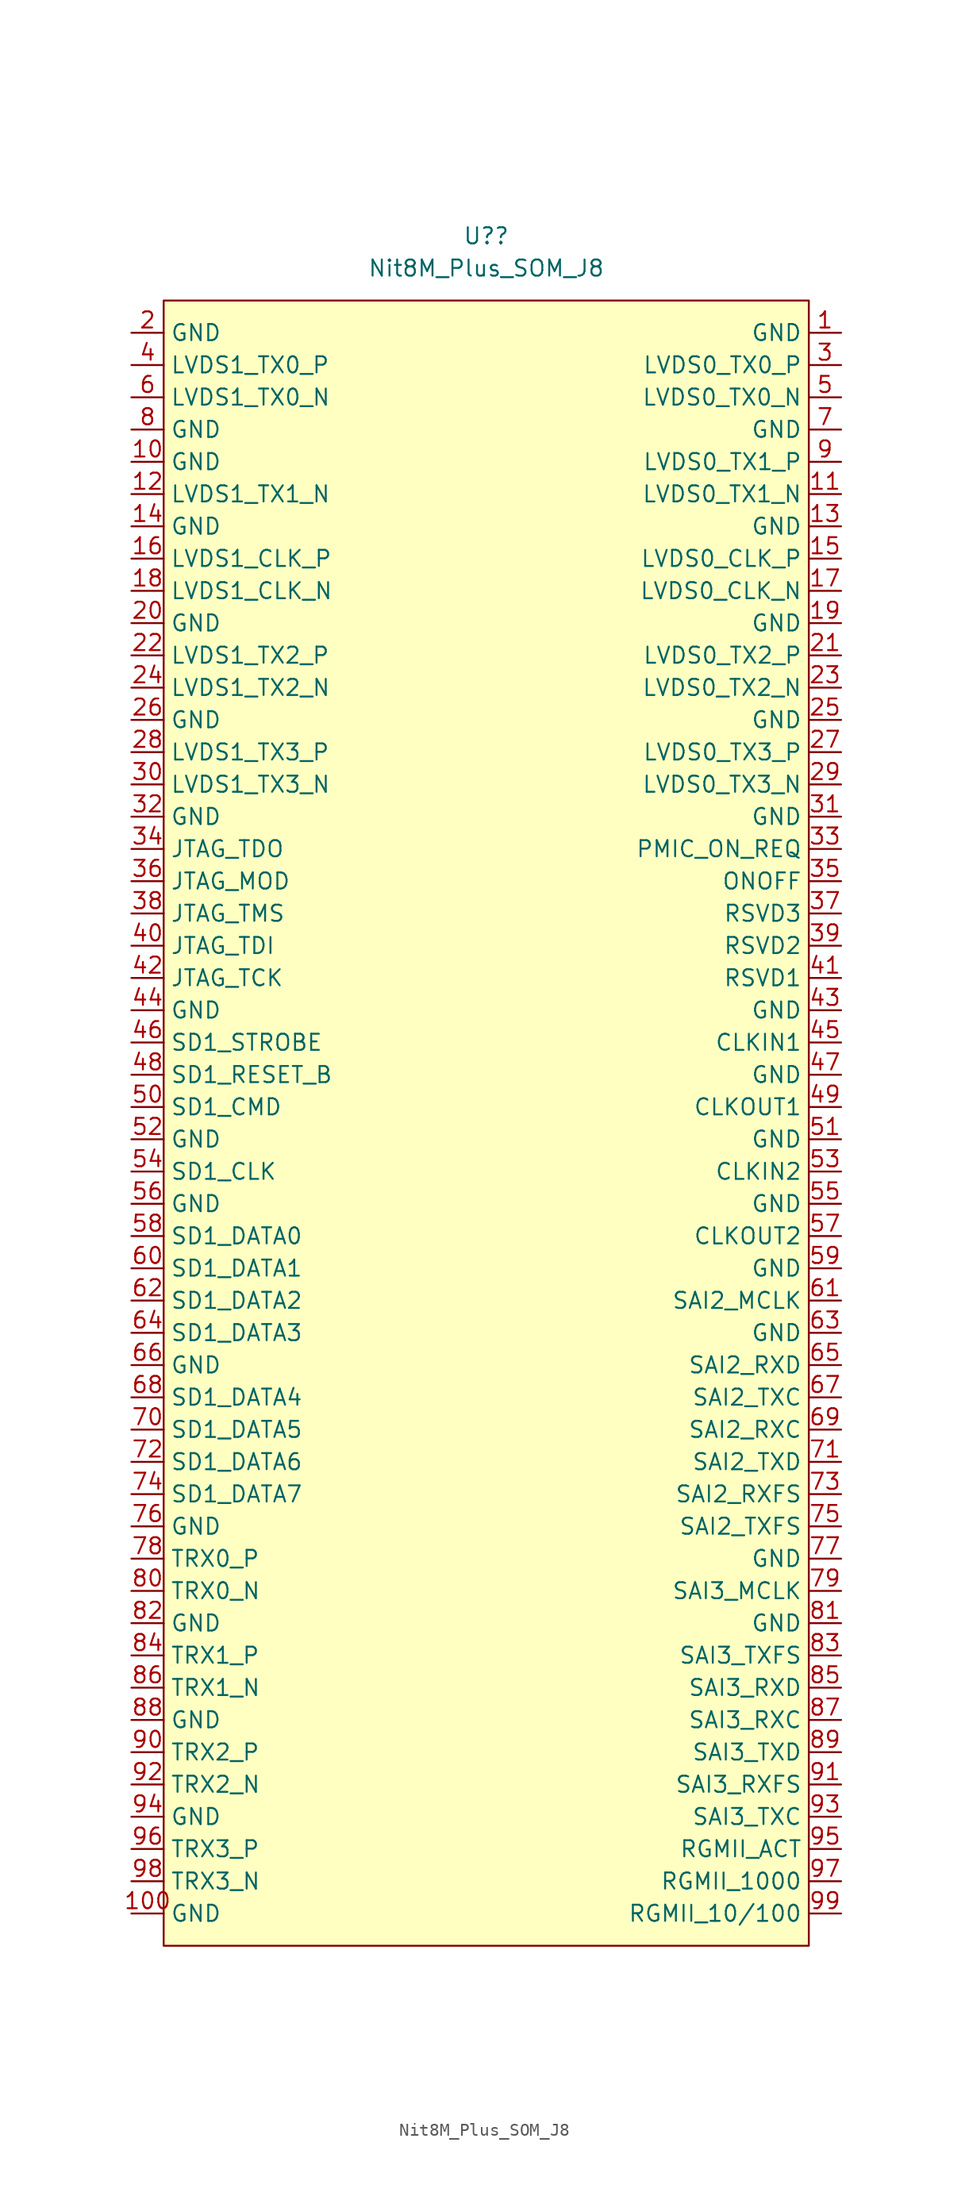
<source format=kicad_sym>
(kicad_symbol_lib
  (version 20211014)
  (generator kicad_symbol_editor)
  (symbol "Nit8M_Plus_SOM_J8"
    (property "Reference" "U?"
      (at 0 44.45 0)
      (effects (font (size 1.27 1.27))))
    (property "Value" "Nit8M_Plus_SOM_J8"
      (at 0 41.91 0)
      (effects (font (size 1.27 1.27))))
    (symbol "Nit8M_Plus_SOM_J8_0_1"
      (rectangle (start -25.4 39.37) (end 25.4 -90.17) (stroke (width 0) (type default) (color 0 0 0 0)) (fill (type background))))
    (symbol "Nit8M_Plus_SOM_J8_1_1"
      (pin input line (at 27.94 36.83 180) (length 2.54) (name "GND" (effects (font (size 1.27 1.27)))) (number "1" (effects (font (size 1.27 1.27)))))
      (pin input line (at -27.94 26.67 0) (length 2.54) (name "GND" (effects (font (size 1.27 1.27)))) (number "10" (effects (font (size 1.27 1.27)))))
      (pin input line (at -27.94 -87.63 0) (length 2.54) (name "GND" (effects (font (size 1.27 1.27)))) (number "100" (effects (font (size 1.27 1.27)))))
      (pin input line (at 27.94 24.13 180) (length 2.54) (name "LVDS0_TX1_N" (effects (font (size 1.27 1.27)))) (number "11" (effects (font (size 1.27 1.27)))))
      (pin input line (at -27.94 24.13 0) (length 2.54) (name "LVDS1_TX1_N" (effects (font (size 1.27 1.27)))) (number "12" (effects (font (size 1.27 1.27)))))
      (pin input line (at 27.94 21.59 180) (length 2.54) (name "GND" (effects (font (size 1.27 1.27)))) (number "13" (effects (font (size 1.27 1.27)))))
      (pin input line (at -27.94 21.59 0) (length 2.54) (name "GND" (effects (font (size 1.27 1.27)))) (number "14" (effects (font (size 1.27 1.27)))))
      (pin input line (at 27.94 19.05 180) (length 2.54) (name "LVDS0_CLK_P" (effects (font (size 1.27 1.27)))) (number "15" (effects (font (size 1.27 1.27)))))
      (pin input line (at -27.94 19.05 0) (length 2.54) (name "LVDS1_CLK_P" (effects (font (size 1.27 1.27)))) (number "16" (effects (font (size 1.27 1.27)))))
      (pin input line (at 27.94 16.51 180) (length 2.54) (name "LVDS0_CLK_N" (effects (font (size 1.27 1.27)))) (number "17" (effects (font (size 1.27 1.27)))))
      (pin input line (at -27.94 16.51 0) (length 2.54) (name "LVDS1_CLK_N" (effects (font (size 1.27 1.27)))) (number "18" (effects (font (size 1.27 1.27)))))
      (pin input line (at 27.94 13.97 180) (length 2.54) (name "GND" (effects (font (size 1.27 1.27)))) (number "19" (effects (font (size 1.27 1.27)))))
      (pin input line (at -27.94 36.83 0) (length 2.54) (name "GND" (effects (font (size 1.27 1.27)))) (number "2" (effects (font (size 1.27 1.27)))))
      (pin input line (at -27.94 13.97 0) (length 2.54) (name "GND" (effects (font (size 1.27 1.27)))) (number "20" (effects (font (size 1.27 1.27)))))
      (pin input line (at 27.94 11.43 180) (length 2.54) (name "LVDS0_TX2_P" (effects (font (size 1.27 1.27)))) (number "21" (effects (font (size 1.27 1.27)))))
      (pin input line (at -27.94 11.43 0) (length 2.54) (name "LVDS1_TX2_P" (effects (font (size 1.27 1.27)))) (number "22" (effects (font (size 1.27 1.27)))))
      (pin input line (at 27.94 8.89 180) (length 2.54) (name "LVDS0_TX2_N" (effects (font (size 1.27 1.27)))) (number "23" (effects (font (size 1.27 1.27)))))
      (pin input line (at -27.94 8.89 0) (length 2.54) (name "LVDS1_TX2_N" (effects (font (size 1.27 1.27)))) (number "24" (effects (font (size 1.27 1.27)))))
      (pin input line (at 27.94 6.35 180) (length 2.54) (name "GND" (effects (font (size 1.27 1.27)))) (number "25" (effects (font (size 1.27 1.27)))))
      (pin input line (at -27.94 6.35 0) (length 2.54) (name "GND" (effects (font (size 1.27 1.27)))) (number "26" (effects (font (size 1.27 1.27)))))
      (pin input line (at 27.94 3.81 180) (length 2.54) (name "LVDS0_TX3_P" (effects (font (size 1.27 1.27)))) (number "27" (effects (font (size 1.27 1.27)))))
      (pin input line (at -27.94 3.81 0) (length 2.54) (name "LVDS1_TX3_P" (effects (font (size 1.27 1.27)))) (number "28" (effects (font (size 1.27 1.27)))))
      (pin input line (at 27.94 1.27 180) (length 2.54) (name "LVDS0_TX3_N" (effects (font (size 1.27 1.27)))) (number "29" (effects (font (size 1.27 1.27)))))
      (pin input line (at 27.94 34.29 180) (length 2.54) (name "LVDS0_TX0_P" (effects (font (size 1.27 1.27)))) (number "3" (effects (font (size 1.27 1.27)))))
      (pin input line (at -27.94 1.27 0) (length 2.54) (name "LVDS1_TX3_N" (effects (font (size 1.27 1.27)))) (number "30" (effects (font (size 1.27 1.27)))))
      (pin input line (at 27.94 -1.27 180) (length 2.54) (name "GND" (effects (font (size 1.27 1.27)))) (number "31" (effects (font (size 1.27 1.27)))))
      (pin input line (at -27.94 -1.27 0) (length 2.54) (name "GND" (effects (font (size 1.27 1.27)))) (number "32" (effects (font (size 1.27 1.27)))))
      (pin input line (at 27.94 -3.81 180) (length 2.54) (name "PMIC_ON_REQ" (effects (font (size 1.27 1.27)))) (number "33" (effects (font (size 1.27 1.27)))))
      (pin input line (at -27.94 -3.81 0) (length 2.54) (name "JTAG_TDO" (effects (font (size 1.27 1.27)))) (number "34" (effects (font (size 1.27 1.27)))))
      (pin input line (at 27.94 -6.35 180) (length 2.54) (name "ONOFF" (effects (font (size 1.27 1.27)))) (number "35" (effects (font (size 1.27 1.27)))))
      (pin input line (at -27.94 -6.35 0) (length 2.54) (name "JTAG_MOD" (effects (font (size 1.27 1.27)))) (number "36" (effects (font (size 1.27 1.27)))))
      (pin input line (at 27.94 -8.89 180) (length 2.54) (name "RSVD3" (effects (font (size 1.27 1.27)))) (number "37" (effects (font (size 1.27 1.27)))))
      (pin input line (at -27.94 -8.89 0) (length 2.54) (name "JTAG_TMS" (effects (font (size 1.27 1.27)))) (number "38" (effects (font (size 1.27 1.27)))))
      (pin input line (at 27.94 -11.43 180) (length 2.54) (name "RSVD2" (effects (font (size 1.27 1.27)))) (number "39" (effects (font (size 1.27 1.27)))))
      (pin input line (at -27.94 34.29 0) (length 2.54) (name "LVDS1_TX0_P" (effects (font (size 1.27 1.27)))) (number "4" (effects (font (size 1.27 1.27)))))
      (pin input line (at -27.94 -11.43 0) (length 2.54) (name "JTAG_TDI" (effects (font (size 1.27 1.27)))) (number "40" (effects (font (size 1.27 1.27)))))
      (pin input line (at 27.94 -13.97 180) (length 2.54) (name "RSVD1" (effects (font (size 1.27 1.27)))) (number "41" (effects (font (size 1.27 1.27)))))
      (pin input line (at -27.94 -13.97 0) (length 2.54) (name "JTAG_TCK" (effects (font (size 1.27 1.27)))) (number "42" (effects (font (size 1.27 1.27)))))
      (pin input line (at 27.94 -16.51 180) (length 2.54) (name "GND" (effects (font (size 1.27 1.27)))) (number "43" (effects (font (size 1.27 1.27)))))
      (pin input line (at -27.94 -16.51 0) (length 2.54) (name "GND" (effects (font (size 1.27 1.27)))) (number "44" (effects (font (size 1.27 1.27)))))
      (pin input line (at 27.94 -19.05 180) (length 2.54) (name "CLKIN1" (effects (font (size 1.27 1.27)))) (number "45" (effects (font (size 1.27 1.27)))))
      (pin input line (at -27.94 -19.05 0) (length 2.54) (name "SD1_STROBE" (effects (font (size 1.27 1.27)))) (number "46" (effects (font (size 1.27 1.27)))))
      (pin input line (at 27.94 -21.59 180) (length 2.54) (name "GND" (effects (font (size 1.27 1.27)))) (number "47" (effects (font (size 1.27 1.27)))))
      (pin input line (at -27.94 -21.59 0) (length 2.54) (name "SD1_RESET_B" (effects (font (size 1.27 1.27)))) (number "48" (effects (font (size 1.27 1.27)))))
      (pin input line (at 27.94 -24.13 180) (length 2.54) (name "CLKOUT1" (effects (font (size 1.27 1.27)))) (number "49" (effects (font (size 1.27 1.27)))))
      (pin input line (at 27.94 31.75 180) (length 2.54) (name "LVDS0_TX0_N" (effects (font (size 1.27 1.27)))) (number "5" (effects (font (size 1.27 1.27)))))
      (pin input line (at -27.94 -24.13 0) (length 2.54) (name "SD1_CMD" (effects (font (size 1.27 1.27)))) (number "50" (effects (font (size 1.27 1.27)))))
      (pin input line (at 27.94 -26.67 180) (length 2.54) (name "GND" (effects (font (size 1.27 1.27)))) (number "51" (effects (font (size 1.27 1.27)))))
      (pin input line (at -27.94 -26.67 0) (length 2.54) (name "GND" (effects (font (size 1.27 1.27)))) (number "52" (effects (font (size 1.27 1.27)))))
      (pin input line (at 27.94 -29.21 180) (length 2.54) (name "CLKIN2" (effects (font (size 1.27 1.27)))) (number "53" (effects (font (size 1.27 1.27)))))
      (pin input line (at -27.94 -29.21 0) (length 2.54) (name "SD1_CLK" (effects (font (size 1.27 1.27)))) (number "54" (effects (font (size 1.27 1.27)))))
      (pin input line (at 27.94 -31.75 180) (length 2.54) (name "GND" (effects (font (size 1.27 1.27)))) (number "55" (effects (font (size 1.27 1.27)))))
      (pin input line (at -27.94 -31.75 0) (length 2.54) (name "GND" (effects (font (size 1.27 1.27)))) (number "56" (effects (font (size 1.27 1.27)))))
      (pin input line (at 27.94 -34.29 180) (length 2.54) (name "CLKOUT2" (effects (font (size 1.27 1.27)))) (number "57" (effects (font (size 1.27 1.27)))))
      (pin input line (at -27.94 -34.29 0) (length 2.54) (name "SD1_DATA0" (effects (font (size 1.27 1.27)))) (number "58" (effects (font (size 1.27 1.27)))))
      (pin input line (at 27.94 -36.83 180) (length 2.54) (name "GND" (effects (font (size 1.27 1.27)))) (number "59" (effects (font (size 1.27 1.27)))))
      (pin input line (at -27.94 31.75 0) (length 2.54) (name "LVDS1_TX0_N" (effects (font (size 1.27 1.27)))) (number "6" (effects (font (size 1.27 1.27)))))
      (pin input line (at -27.94 -36.83 0) (length 2.54) (name "SD1_DATA1" (effects (font (size 1.27 1.27)))) (number "60" (effects (font (size 1.27 1.27)))))
      (pin input line (at 27.94 -39.37 180) (length 2.54) (name "SAI2_MCLK" (effects (font (size 1.27 1.27)))) (number "61" (effects (font (size 1.27 1.27)))))
      (pin input line (at -27.94 -39.37 0) (length 2.54) (name "SD1_DATA2" (effects (font (size 1.27 1.27)))) (number "62" (effects (font (size 1.27 1.27)))))
      (pin input line (at 27.94 -41.91 180) (length 2.54) (name "GND" (effects (font (size 1.27 1.27)))) (number "63" (effects (font (size 1.27 1.27)))))
      (pin input line (at -27.94 -41.91 0) (length 2.54) (name "SD1_DATA3" (effects (font (size 1.27 1.27)))) (number "64" (effects (font (size 1.27 1.27)))))
      (pin input line (at 27.94 -44.45 180) (length 2.54) (name "SAI2_RXD" (effects (font (size 1.27 1.27)))) (number "65" (effects (font (size 1.27 1.27)))))
      (pin input line (at -27.94 -44.45 0) (length 2.54) (name "GND" (effects (font (size 1.27 1.27)))) (number "66" (effects (font (size 1.27 1.27)))))
      (pin input line (at 27.94 -46.99 180) (length 2.54) (name "SAI2_TXC" (effects (font (size 1.27 1.27)))) (number "67" (effects (font (size 1.27 1.27)))))
      (pin input line (at -27.94 -46.99 0) (length 2.54) (name "SD1_DATA4" (effects (font (size 1.27 1.27)))) (number "68" (effects (font (size 1.27 1.27)))))
      (pin input line (at 27.94 -49.53 180) (length 2.54) (name "SAI2_RXC" (effects (font (size 1.27 1.27)))) (number "69" (effects (font (size 1.27 1.27)))))
      (pin input line (at 27.94 29.21 180) (length 2.54) (name "GND" (effects (font (size 1.27 1.27)))) (number "7" (effects (font (size 1.27 1.27)))))
      (pin input line (at -27.94 -49.53 0) (length 2.54) (name "SD1_DATA5" (effects (font (size 1.27 1.27)))) (number "70" (effects (font (size 1.27 1.27)))))
      (pin input line (at 27.94 -52.07 180) (length 2.54) (name "SAI2_TXD" (effects (font (size 1.27 1.27)))) (number "71" (effects (font (size 1.27 1.27)))))
      (pin input line (at -27.94 -52.07 0) (length 2.54) (name "SD1_DATA6" (effects (font (size 1.27 1.27)))) (number "72" (effects (font (size 1.27 1.27)))))
      (pin input line (at 27.94 -54.61 180) (length 2.54) (name "SAI2_RXFS" (effects (font (size 1.27 1.27)))) (number "73" (effects (font (size 1.27 1.27)))))
      (pin input line (at -27.94 -54.61 0) (length 2.54) (name "SD1_DATA7" (effects (font (size 1.27 1.27)))) (number "74" (effects (font (size 1.27 1.27)))))
      (pin input line (at 27.94 -57.15 180) (length 2.54) (name "SAI2_TXFS" (effects (font (size 1.27 1.27)))) (number "75" (effects (font (size 1.27 1.27)))))
      (pin input line (at -27.94 -57.15 0) (length 2.54) (name "GND" (effects (font (size 1.27 1.27)))) (number "76" (effects (font (size 1.27 1.27)))))
      (pin input line (at 27.94 -59.69 180) (length 2.54) (name "GND" (effects (font (size 1.27 1.27)))) (number "77" (effects (font (size 1.27 1.27)))))
      (pin input line (at -27.94 -59.69 0) (length 2.54) (name "TRX0_P" (effects (font (size 1.27 1.27)))) (number "78" (effects (font (size 1.27 1.27)))))
      (pin input line (at 27.94 -62.23 180) (length 2.54) (name "SAI3_MCLK" (effects (font (size 1.27 1.27)))) (number "79" (effects (font (size 1.27 1.27)))))
      (pin input line (at -27.94 29.21 0) (length 2.54) (name "GND" (effects (font (size 1.27 1.27)))) (number "8" (effects (font (size 1.27 1.27)))))
      (pin input line (at -27.94 -62.23 0) (length 2.54) (name "TRX0_N" (effects (font (size 1.27 1.27)))) (number "80" (effects (font (size 1.27 1.27)))))
      (pin input line (at 27.94 -64.77 180) (length 2.54) (name "GND" (effects (font (size 1.27 1.27)))) (number "81" (effects (font (size 1.27 1.27)))))
      (pin input line (at -27.94 -64.77 0) (length 2.54) (name "GND" (effects (font (size 1.27 1.27)))) (number "82" (effects (font (size 1.27 1.27)))))
      (pin input line (at 27.94 -67.31 180) (length 2.54) (name "SAI3_TXFS" (effects (font (size 1.27 1.27)))) (number "83" (effects (font (size 1.27 1.27)))))
      (pin input line (at -27.94 -67.31 0) (length 2.54) (name "TRX1_P" (effects (font (size 1.27 1.27)))) (number "84" (effects (font (size 1.27 1.27)))))
      (pin input line (at 27.94 -69.85 180) (length 2.54) (name "SAI3_RXD" (effects (font (size 1.27 1.27)))) (number "85" (effects (font (size 1.27 1.27)))))
      (pin input line (at -27.94 -69.85 0) (length 2.54) (name "TRX1_N" (effects (font (size 1.27 1.27)))) (number "86" (effects (font (size 1.27 1.27)))))
      (pin input line (at 27.94 -72.39 180) (length 2.54) (name "SAI3_RXC" (effects (font (size 1.27 1.27)))) (number "87" (effects (font (size 1.27 1.27)))))
      (pin input line (at -27.94 -72.39 0) (length 2.54) (name "GND" (effects (font (size 1.27 1.27)))) (number "88" (effects (font (size 1.27 1.27)))))
      (pin input line (at 27.94 -74.93 180) (length 2.54) (name "SAI3_TXD" (effects (font (size 1.27 1.27)))) (number "89" (effects (font (size 1.27 1.27)))))
      (pin input line (at 27.94 26.67 180) (length 2.54) (name "LVDS0_TX1_P" (effects (font (size 1.27 1.27)))) (number "9" (effects (font (size 1.27 1.27)))))
      (pin input line (at -27.94 -74.93 0) (length 2.54) (name "TRX2_P" (effects (font (size 1.27 1.27)))) (number "90" (effects (font (size 1.27 1.27)))))
      (pin input line (at 27.94 -77.47 180) (length 2.54) (name "SAI3_RXFS" (effects (font (size 1.27 1.27)))) (number "91" (effects (font (size 1.27 1.27)))))
      (pin input line (at -27.94 -77.47 0) (length 2.54) (name "TRX2_N" (effects (font (size 1.27 1.27)))) (number "92" (effects (font (size 1.27 1.27)))))
      (pin input line (at 27.94 -80.01 180) (length 2.54) (name "SAI3_TXC" (effects (font (size 1.27 1.27)))) (number "93" (effects (font (size 1.27 1.27)))))
      (pin input line (at -27.94 -80.01 0) (length 2.54) (name "GND" (effects (font (size 1.27 1.27)))) (number "94" (effects (font (size 1.27 1.27)))))
      (pin input line (at 27.94 -82.55 180) (length 2.54) (name "RGMII_ACT" (effects (font (size 1.27 1.27)))) (number "95" (effects (font (size 1.27 1.27)))))
      (pin input line (at -27.94 -82.55 0) (length 2.54) (name "TRX3_P" (effects (font (size 1.27 1.27)))) (number "96" (effects (font (size 1.27 1.27)))))
      (pin input line (at 27.94 -85.09 180) (length 2.54) (name "RGMII_1000" (effects (font (size 1.27 1.27)))) (number "97" (effects (font (size 1.27 1.27)))))
      (pin input line (at -27.94 -85.09 0) (length 2.54) (name "TRX3_N" (effects (font (size 1.27 1.27)))) (number "98" (effects (font (size 1.27 1.27)))))
      (pin input line (at 27.94 -87.63 180) (length 2.54) (name "RGMII_10/100" (effects (font (size 1.27 1.27)))) (number "99" (effects (font (size 1.27 1.27))))))))
</source>
